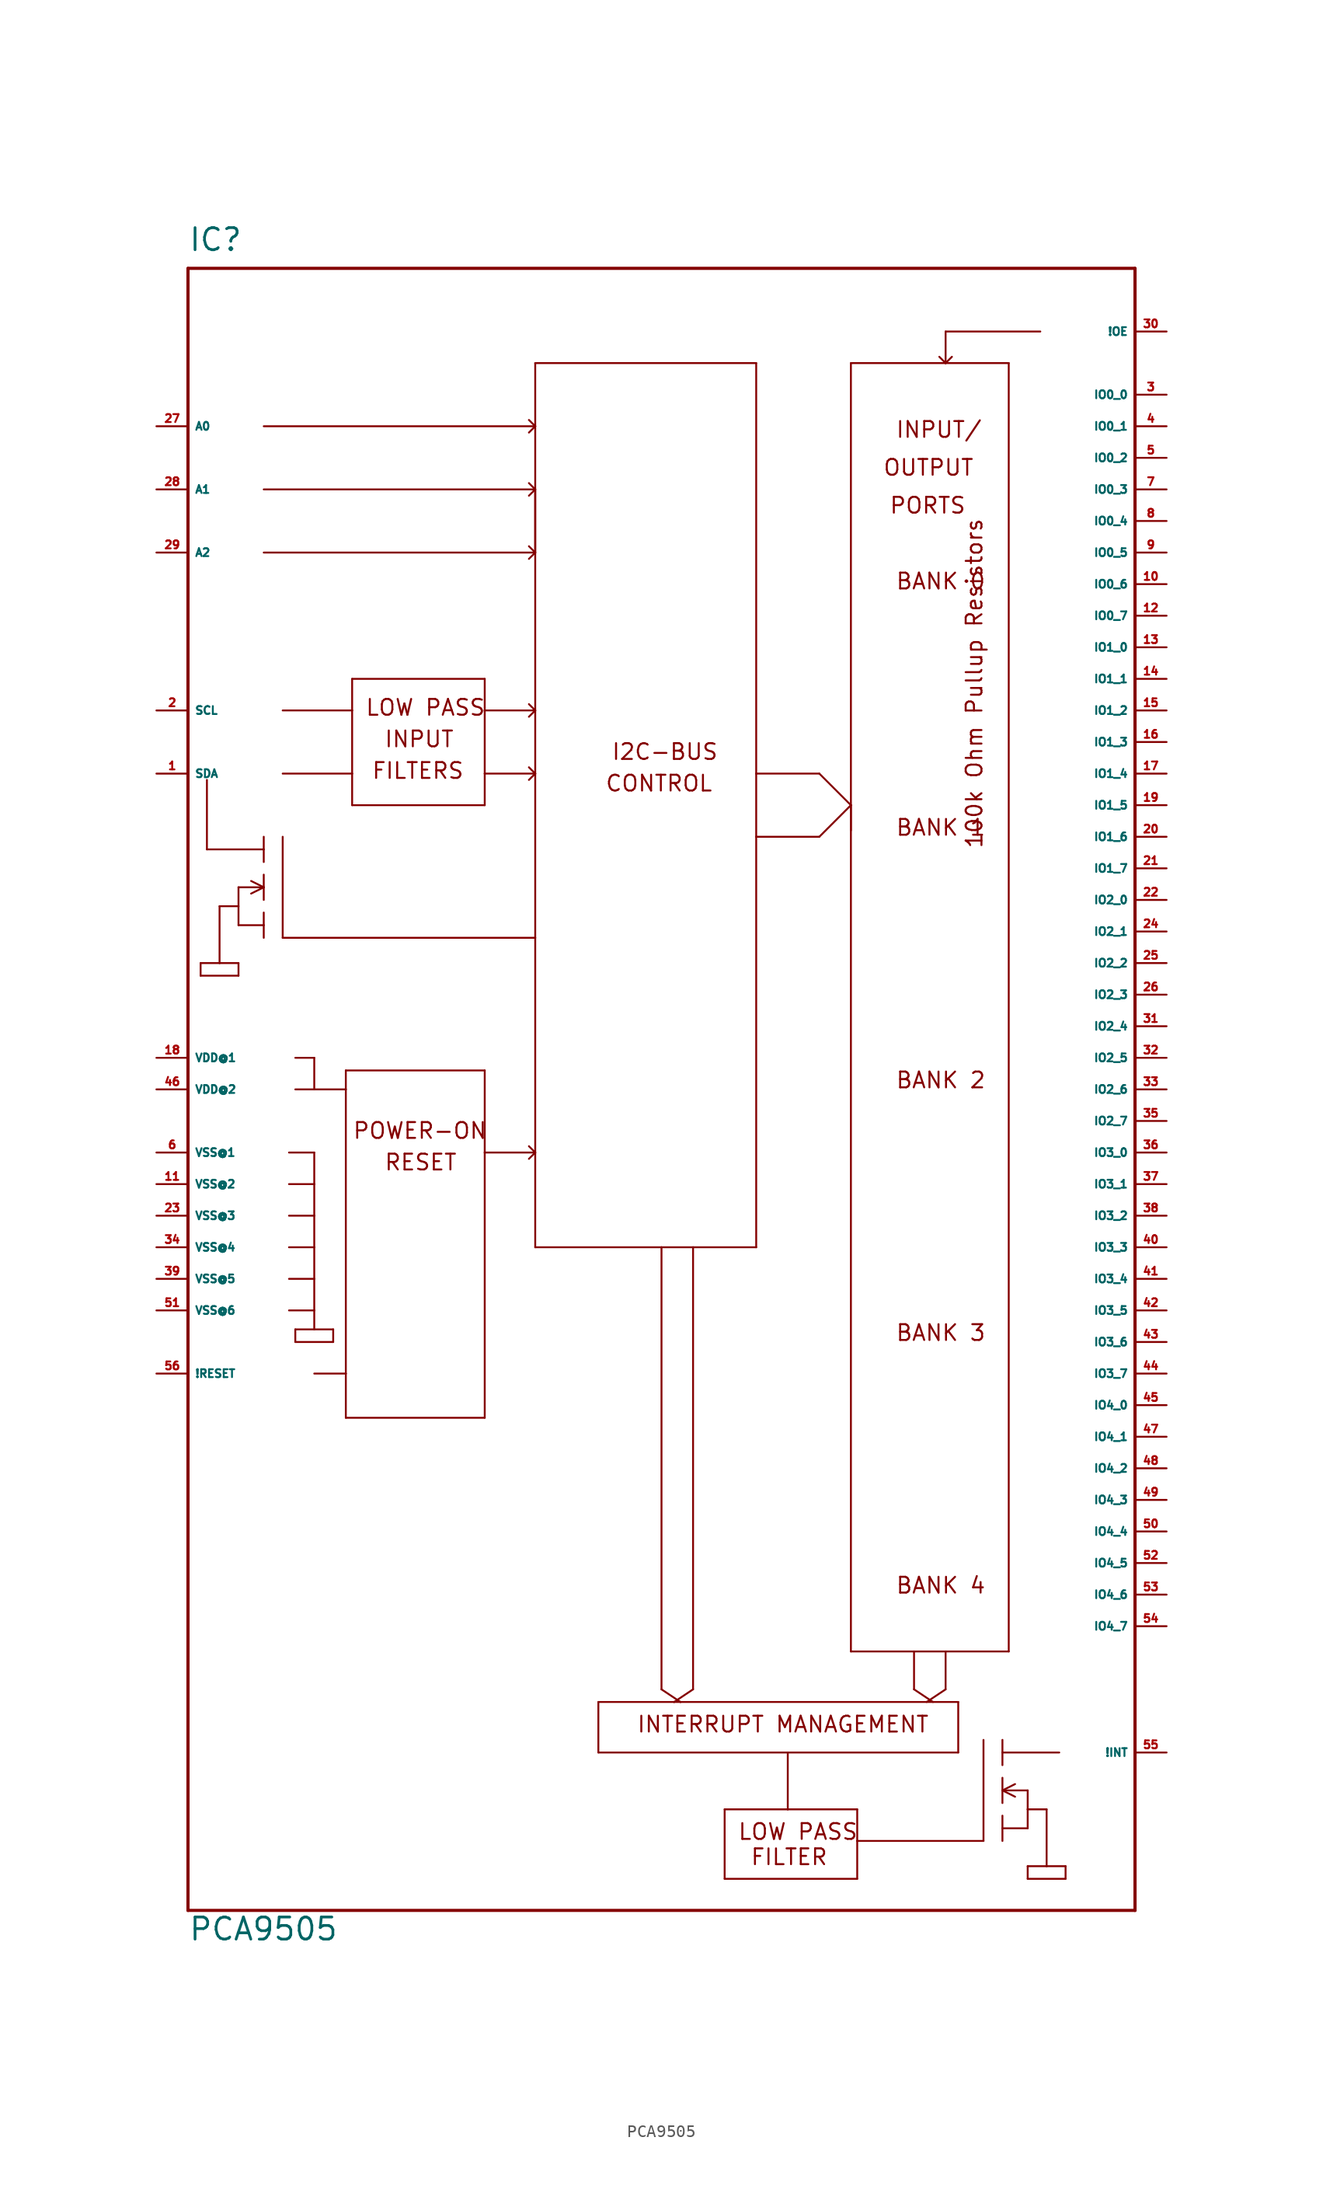
<source format=kicad_sym>
(kicad_symbol_lib
  (version 20220914)
  (generator Eagle2Kicad)
  (symbol "PCA9505"
    (property "Reference" "IC"
      (at -38.1 67.31 0)
      (effects (font (size 1.778 1.778) (thickness 0.22)) (justify left bottom)))
    (property "Value" "PCA9505"
      (at -38.1 -68.58 0)
      (effects (font (size 1.778 1.778) (thickness 0.22)) (justify left bottom)))
    (polyline
      (pts (xy -38.1 -66.04) (xy 38.1 -66.04))
      (stroke (width 0.254) (type default))
      (fill (type none)))
    (polyline
      (pts (xy 38.1 -66.04) (xy 38.1 66.04))
      (stroke (width 0.254) (type default))
      (fill (type none)))
    (polyline
      (pts (xy 38.1 66.04) (xy -38.1 66.04))
      (stroke (width 0.254) (type default))
      (fill (type none)))
    (polyline
      (pts (xy -38.1 66.04) (xy -38.1 -66.04))
      (stroke (width 0.254) (type default))
      (fill (type none)))
    (polyline
      (pts (xy 30.48 60.96) (xy 22.86 60.96))
      (stroke (width 0.152) (type default))
      (fill (type none)))
    (polyline
      (pts (xy 22.86 60.96) (xy 22.86 58.42))
      (stroke (width 0.152) (type default))
      (fill (type none)))
    (polyline
      (pts (xy 22.86 58.42) (xy 15.24 58.42))
      (stroke (width 0.152) (type default))
      (fill (type none)))
    (polyline
      (pts (xy 15.24 22.86) (xy 15.24 -45.212))
      (stroke (width 0.152) (type default))
      (fill (type none)))
    (polyline
      (pts (xy 15.24 -45.212) (xy 20.32 -45.212))
      (stroke (width 0.152) (type default))
      (fill (type none)))
    (polyline
      (pts (xy 20.32 -45.212) (xy 22.86 -45.212))
      (stroke (width 0.152) (type default))
      (fill (type none)))
    (polyline
      (pts (xy 22.86 -45.212) (xy 27.94 -45.212))
      (stroke (width 0.152) (type default))
      (fill (type none)))
    (polyline
      (pts (xy 27.94 -45.212) (xy 27.94 58.42))
      (stroke (width 0.152) (type default))
      (fill (type none)))
    (polyline
      (pts (xy 27.94 58.42) (xy 22.86 58.42))
      (stroke (width 0.152) (type default))
      (fill (type none)))
    (polyline
      (pts (xy 7.62 58.42) (xy -10.16 58.42))
      (stroke (width 0.152) (type default))
      (fill (type none)))
    (polyline
      (pts (xy -10.16 58.42) (xy -10.16 53.34))
      (stroke (width 0.152) (type default))
      (fill (type none)))
    (polyline
      (pts (xy -10.16 53.34) (xy -10.16 43.18))
      (stroke (width 0.152) (type default))
      (fill (type none)))
    (polyline
      (pts (xy -10.16 43.18) (xy -10.16 30.48))
      (stroke (width 0.152) (type default))
      (fill (type none)))
    (polyline
      (pts (xy -10.16 30.48) (xy -10.16 25.4))
      (stroke (width 0.152) (type default))
      (fill (type none)))
    (polyline
      (pts (xy -10.16 25.4) (xy -10.16 12.192))
      (stroke (width 0.152) (type default))
      (fill (type none)))
    (polyline
      (pts (xy -10.16 12.192) (xy -10.16 -5.08))
      (stroke (width 0.152) (type default))
      (fill (type none)))
    (polyline
      (pts (xy -10.16 -5.08) (xy -10.16 -12.7))
      (stroke (width 0.152) (type default))
      (fill (type none)))
    (polyline
      (pts (xy -10.16 -12.7) (xy 0 -12.7))
      (stroke (width 0.152) (type default))
      (fill (type none)))
    (polyline
      (pts (xy 0 -12.7) (xy 2.54 -12.7))
      (stroke (width 0.152) (type default))
      (fill (type none)))
    (polyline
      (pts (xy 2.54 -12.7) (xy 7.62 -12.7))
      (stroke (width 0.152) (type default))
      (fill (type none)))
    (polyline
      (pts (xy 7.62 -12.7) (xy 7.62 20.32))
      (stroke (width 0.152) (type default))
      (fill (type none)))
    (polyline
      (pts (xy 7.62 20.32) (xy 7.62 25.4))
      (stroke (width 0.152) (type default))
      (fill (type none)))
    (polyline
      (pts (xy 7.62 25.4) (xy 7.62 58.42))
      (stroke (width 0.152) (type default))
      (fill (type none)))
    (polyline
      (pts (xy -24.892 33.02) (xy -24.892 30.48))
      (stroke (width 0.152) (type default))
      (fill (type none)))
    (polyline
      (pts (xy -24.892 30.48) (xy -24.892 25.4))
      (stroke (width 0.152) (type default))
      (fill (type none)))
    (polyline
      (pts (xy -24.892 25.4) (xy -24.892 22.86))
      (stroke (width 0.152) (type default))
      (fill (type none)))
    (polyline
      (pts (xy -24.892 22.86) (xy -14.224 22.86))
      (stroke (width 0.152) (type default))
      (fill (type none)))
    (polyline
      (pts (xy -14.224 22.86) (xy -14.224 25.4))
      (stroke (width 0.152) (type default))
      (fill (type none)))
    (polyline
      (pts (xy -14.224 25.4) (xy -14.224 30.48))
      (stroke (width 0.152) (type default))
      (fill (type none)))
    (polyline
      (pts (xy -14.224 30.48) (xy -14.224 33.02))
      (stroke (width 0.152) (type default))
      (fill (type none)))
    (polyline
      (pts (xy -14.224 33.02) (xy -24.892 33.02))
      (stroke (width 0.152) (type default))
      (fill (type none)))
    (polyline
      (pts (xy -30.48 30.48) (xy -24.892 30.48))
      (stroke (width 0.152) (type default))
      (fill (type none)))
    (polyline
      (pts (xy -30.48 25.4) (xy -24.892 25.4))
      (stroke (width 0.152) (type default))
      (fill (type none)))
    (polyline
      (pts (xy -14.224 30.48) (xy -10.16 30.48))
      (stroke (width 0.152) (type default))
      (fill (type none)))
    (polyline
      (pts (xy -14.224 25.4) (xy -10.16 25.4))
      (stroke (width 0.152) (type default))
      (fill (type none)))
    (polyline
      (pts (xy -10.16 12.192) (xy -30.48 12.192))
      (stroke (width 0.152) (type default))
      (fill (type none)))
    (polyline
      (pts (xy -30.48 12.192) (xy -30.48 20.32))
      (stroke (width 0.152) (type default))
      (fill (type none)))
    (polyline
      (pts (xy -32.004 20.32) (xy -32.004 19.304))
      (stroke (width 0.152) (type default))
      (fill (type none)))
    (polyline
      (pts (xy -32.004 19.304) (xy -32.004 18.288))
      (stroke (width 0.152) (type default))
      (fill (type none)))
    (polyline
      (pts (xy -32.004 17.272) (xy -32.004 16.256))
      (stroke (width 0.152) (type default))
      (fill (type none)))
    (polyline
      (pts (xy -32.004 16.256) (xy -32.004 15.24))
      (stroke (width 0.152) (type default))
      (fill (type none)))
    (polyline
      (pts (xy -32.004 14.224) (xy -32.004 13.208))
      (stroke (width 0.152) (type default))
      (fill (type none)))
    (polyline
      (pts (xy -32.004 16.256) (xy -34.036 16.256))
      (stroke (width 0.152) (type default))
      (fill (type none)))
    (polyline
      (pts (xy -34.036 16.256) (xy -34.036 14.732))
      (stroke (width 0.152) (type default))
      (fill (type none)))
    (polyline
      (pts (xy -34.036 14.732) (xy -34.036 13.208))
      (stroke (width 0.152) (type default))
      (fill (type none)))
    (polyline
      (pts (xy -34.036 13.208) (xy -32.004 13.208))
      (stroke (width 0.152) (type default))
      (fill (type none)))
    (polyline
      (pts (xy -32.004 13.208) (xy -32.004 12.192))
      (stroke (width 0.152) (type default))
      (fill (type none)))
    (polyline
      (pts (xy -32.004 19.304) (xy -36.576 19.304))
      (stroke (width 0.152) (type default))
      (fill (type none)))
    (polyline
      (pts (xy -36.576 19.304) (xy -36.576 24.892))
      (stroke (width 0.152) (type default))
      (fill (type none)))
    (polyline
      (pts (xy -34.036 14.732) (xy -35.56 14.732))
      (stroke (width 0.152) (type default))
      (fill (type none)))
    (polyline
      (pts (xy -35.56 14.732) (xy -35.56 10.16))
      (stroke (width 0.152) (type default))
      (fill (type none)))
    (polyline
      (pts (xy -35.56 10.16) (xy -34.036 10.16))
      (stroke (width 0.152) (type default))
      (fill (type none)))
    (polyline
      (pts (xy -34.036 10.16) (xy -34.036 9.144))
      (stroke (width 0.152) (type default))
      (fill (type none)))
    (polyline
      (pts (xy -34.036 9.144) (xy -37.084 9.144))
      (stroke (width 0.152) (type default))
      (fill (type none)))
    (polyline
      (pts (xy -37.084 9.144) (xy -37.084 10.16))
      (stroke (width 0.152) (type default))
      (fill (type none)))
    (polyline
      (pts (xy -37.084 10.16) (xy -35.56 10.16))
      (stroke (width 0.152) (type default))
      (fill (type none)))
    (polyline
      (pts (xy -27.94 0) (xy -25.4 0))
      (stroke (width 0.152) (type default))
      (fill (type none)))
    (polyline
      (pts (xy -25.4 0) (xy -25.4 1.524))
      (stroke (width 0.152) (type default))
      (fill (type none)))
    (polyline
      (pts (xy -25.4 1.524) (xy -14.224 1.524))
      (stroke (width 0.152) (type default))
      (fill (type none)))
    (polyline
      (pts (xy -14.224 1.524) (xy -14.224 -5.08))
      (stroke (width 0.152) (type default))
      (fill (type none)))
    (polyline
      (pts (xy -14.224 -5.08) (xy -14.224 -26.416))
      (stroke (width 0.152) (type default))
      (fill (type none)))
    (polyline
      (pts (xy -14.224 -26.416) (xy -25.4 -26.416))
      (stroke (width 0.152) (type default))
      (fill (type none)))
    (polyline
      (pts (xy -25.4 -26.416) (xy -25.4 -22.86))
      (stroke (width 0.152) (type default))
      (fill (type none)))
    (polyline
      (pts (xy -25.4 -22.86) (xy -25.4 0))
      (stroke (width 0.152) (type default))
      (fill (type none)))
    (polyline
      (pts (xy -27.94 -22.86) (xy -25.4 -22.86))
      (stroke (width 0.152) (type default))
      (fill (type none)))
    (polyline
      (pts (xy -14.224 -5.08) (xy -10.16 -5.08))
      (stroke (width 0.152) (type default))
      (fill (type none)))
    (polyline
      (pts (xy 15.24 58.42) (xy 15.24 22.86))
      (stroke (width 0.152) (type default))
      (fill (type none)))
    (polyline
      (pts (xy 15.24 22.86) (xy 15.24 20.828))
      (stroke (width 0.152) (type default))
      (fill (type none)))
    (polyline
      (pts (xy 23.876 -49.276) (xy 23.876 -53.34))
      (stroke (width 0.152) (type default))
      (fill (type none)))
    (polyline
      (pts (xy 23.876 -53.34) (xy 10.16 -53.34))
      (stroke (width 0.152) (type default))
      (fill (type none)))
    (polyline
      (pts (xy 10.16 -53.34) (xy -5.08 -53.34))
      (stroke (width 0.152) (type default))
      (fill (type none)))
    (polyline
      (pts (xy -5.08 -53.34) (xy -5.08 -49.276))
      (stroke (width 0.152) (type default))
      (fill (type none)))
    (polyline
      (pts (xy 1.016 -49.276) (xy 1.524 -49.276))
      (stroke (width 0.152) (type default))
      (fill (type none)))
    (polyline
      (pts (xy -5.08 -49.276) (xy 1.016 -49.276))
      (stroke (width 0.152) (type default))
      (fill (type none)))
    (polyline
      (pts (xy 1.524 -49.276) (xy 23.876 -49.276))
      (stroke (width 0.152) (type default))
      (fill (type none)))
    (polyline
      (pts (xy 5.08 -57.912) (xy 5.08 -63.5))
      (stroke (width 0.152) (type default))
      (fill (type none)))
    (polyline
      (pts (xy 5.08 -63.5) (xy 15.748 -63.5))
      (stroke (width 0.152) (type default))
      (fill (type none)))
    (polyline
      (pts (xy 15.748 -63.5) (xy 15.748 -60.452))
      (stroke (width 0.152) (type default))
      (fill (type none)))
    (polyline
      (pts (xy 15.748 -60.452) (xy 15.748 -57.912))
      (stroke (width 0.152) (type default))
      (fill (type none)))
    (polyline
      (pts (xy 15.748 -57.912) (xy 10.16 -57.912))
      (stroke (width 0.152) (type default))
      (fill (type none)))
    (polyline
      (pts (xy 10.16 -57.912) (xy 5.08 -57.912))
      (stroke (width 0.152) (type default))
      (fill (type none)))
    (polyline
      (pts (xy 10.16 -53.34) (xy 10.16 -57.912))
      (stroke (width 0.152) (type default))
      (fill (type none)))
    (polyline
      (pts (xy -32.004 16.256) (xy -33.02 16.764))
      (stroke (width 0.152) (type default))
      (fill (type none)))
    (polyline
      (pts (xy -32.004 16.256) (xy -33.02 15.748))
      (stroke (width 0.152) (type default))
      (fill (type none)))
    (polyline
      (pts (xy 15.748 -60.452) (xy 25.908 -60.452))
      (stroke (width 0.152) (type default))
      (fill (type none)))
    (polyline
      (pts (xy 25.908 -60.452) (xy 25.908 -52.324))
      (stroke (width 0.152) (type default))
      (fill (type none)))
    (polyline
      (pts (xy 27.432 -52.324) (xy 27.432 -53.34))
      (stroke (width 0.152) (type default))
      (fill (type none)))
    (polyline
      (pts (xy 27.432 -53.34) (xy 27.432 -54.356))
      (stroke (width 0.152) (type default))
      (fill (type none)))
    (polyline
      (pts (xy 27.432 -55.372) (xy 27.432 -56.388))
      (stroke (width 0.152) (type default))
      (fill (type none)))
    (polyline
      (pts (xy 27.432 -56.388) (xy 27.432 -57.404))
      (stroke (width 0.152) (type default))
      (fill (type none)))
    (polyline
      (pts (xy 27.432 -58.42) (xy 27.432 -59.436))
      (stroke (width 0.152) (type default))
      (fill (type none)))
    (polyline
      (pts (xy 27.432 -56.388) (xy 29.464 -56.388))
      (stroke (width 0.152) (type default))
      (fill (type none)))
    (polyline
      (pts (xy 29.464 -56.388) (xy 29.464 -57.912))
      (stroke (width 0.152) (type default))
      (fill (type none)))
    (polyline
      (pts (xy 29.464 -57.912) (xy 29.464 -59.436))
      (stroke (width 0.152) (type default))
      (fill (type none)))
    (polyline
      (pts (xy 29.464 -59.436) (xy 27.432 -59.436))
      (stroke (width 0.152) (type default))
      (fill (type none)))
    (polyline
      (pts (xy 27.432 -59.436) (xy 27.432 -60.452))
      (stroke (width 0.152) (type default))
      (fill (type none)))
    (polyline
      (pts (xy 27.432 -53.34) (xy 32.004 -53.34))
      (stroke (width 0.152) (type default))
      (fill (type none)))
    (polyline
      (pts (xy 29.464 -57.912) (xy 30.988 -57.912))
      (stroke (width 0.152) (type default))
      (fill (type none)))
    (polyline
      (pts (xy 30.988 -57.912) (xy 30.988 -62.484))
      (stroke (width 0.152) (type default))
      (fill (type none)))
    (polyline
      (pts (xy 30.988 -62.484) (xy 29.464 -62.484))
      (stroke (width 0.152) (type default))
      (fill (type none)))
    (polyline
      (pts (xy 29.464 -62.484) (xy 29.464 -63.5))
      (stroke (width 0.152) (type default))
      (fill (type none)))
    (polyline
      (pts (xy 29.464 -63.5) (xy 32.512 -63.5))
      (stroke (width 0.152) (type default))
      (fill (type none)))
    (polyline
      (pts (xy 32.512 -63.5) (xy 32.512 -62.484))
      (stroke (width 0.152) (type default))
      (fill (type none)))
    (polyline
      (pts (xy 32.512 -62.484) (xy 30.988 -62.484))
      (stroke (width 0.152) (type default))
      (fill (type none)))
    (polyline
      (pts (xy 27.432 -56.388) (xy 28.448 -55.88))
      (stroke (width 0.152) (type default))
      (fill (type none)))
    (polyline
      (pts (xy 27.432 -56.388) (xy 28.448 -56.896))
      (stroke (width 0.152) (type default))
      (fill (type none)))
    (polyline
      (pts (xy 1.016 -49.276) (xy 2.54 -48.26))
      (stroke (width 0.152) (type default))
      (fill (type none)))
    (polyline
      (pts (xy 0 -48.26) (xy 1.524 -49.276))
      (stroke (width 0.152) (type default))
      (fill (type none)))
    (polyline
      (pts (xy 0 -12.7) (xy 0 -48.26))
      (stroke (width 0.152) (type default))
      (fill (type none)))
    (polyline
      (pts (xy 2.54 -12.7) (xy 2.54 -48.26))
      (stroke (width 0.152) (type default))
      (fill (type none)))
    (polyline
      (pts (xy 21.336 -49.276) (xy 22.86 -48.26))
      (stroke (width 0.152) (type default))
      (fill (type none)))
    (polyline
      (pts (xy 20.32 -48.26) (xy 21.844 -49.276))
      (stroke (width 0.152) (type default))
      (fill (type none)))
    (polyline
      (pts (xy 20.32 -45.212) (xy 20.32 -48.26))
      (stroke (width 0.152) (type default))
      (fill (type none)))
    (polyline
      (pts (xy 22.86 -45.212) (xy 22.86 -48.26))
      (stroke (width 0.152) (type default))
      (fill (type none)))
    (polyline
      (pts (xy -10.668 25.908) (xy -10.16 25.4))
      (stroke (width 0.152) (type default))
      (fill (type none)))
    (polyline
      (pts (xy -10.16 25.4) (xy -10.668 24.892))
      (stroke (width 0.152) (type default))
      (fill (type none)))
    (polyline
      (pts (xy -10.668 -4.572) (xy -10.16 -5.08))
      (stroke (width 0.152) (type default))
      (fill (type none)))
    (polyline
      (pts (xy -10.16 -5.08) (xy -10.668 -5.588))
      (stroke (width 0.152) (type default))
      (fill (type none)))
    (polyline
      (pts (xy -10.668 30.988) (xy -10.16 30.48))
      (stroke (width 0.152) (type default))
      (fill (type none)))
    (polyline
      (pts (xy -10.16 30.48) (xy -10.668 29.972))
      (stroke (width 0.152) (type default))
      (fill (type none)))
    (polyline
      (pts (xy 23.368 58.928) (xy 22.86 58.42))
      (stroke (width 0.152) (type default))
      (fill (type none)))
    (polyline
      (pts (xy 22.86 58.42) (xy 22.352 58.928))
      (stroke (width 0.152) (type default))
      (fill (type none)))
    (polyline
      (pts (xy 12.7 25.4) (xy 15.24 22.86))
      (stroke (width 0.152) (type default))
      (fill (type none)))
    (polyline
      (pts (xy 15.24 22.86) (xy 12.7 20.32))
      (stroke (width 0.152) (type default))
      (fill (type none)))
    (polyline
      (pts (xy 7.62 25.4) (xy 12.7 25.4))
      (stroke (width 0.152) (type default))
      (fill (type none)))
    (polyline
      (pts (xy 7.62 20.32) (xy 12.7 20.32))
      (stroke (width 0.152) (type default))
      (fill (type none)))
    (polyline
      (pts (xy -10.668 43.688) (xy -10.16 43.18))
      (stroke (width 0.152) (type default))
      (fill (type none)))
    (polyline
      (pts (xy -10.16 43.18) (xy -10.668 42.672))
      (stroke (width 0.152) (type default))
      (fill (type none)))
    (polyline
      (pts (xy -32.004 43.18) (xy -10.16 43.18))
      (stroke (width 0.152) (type default))
      (fill (type none)))
    (polyline
      (pts (xy -10.16 43.18) (xy -10.16 48.26))
      (stroke (width 0.152) (type default))
      (fill (type none)))
    (polyline
      (pts (xy -10.16 48.26) (xy -32.004 48.26))
      (stroke (width 0.152) (type default))
      (fill (type none)))
    (polyline
      (pts (xy -32.004 53.34) (xy -10.16 53.34))
      (stroke (width 0.152) (type default))
      (fill (type none)))
    (polyline
      (pts (xy -10.668 48.768) (xy -10.16 48.26))
      (stroke (width 0.152) (type default))
      (fill (type none)))
    (polyline
      (pts (xy -10.16 48.26) (xy -10.668 47.752))
      (stroke (width 0.152) (type default))
      (fill (type none)))
    (polyline
      (pts (xy -10.668 53.848) (xy -10.16 53.34))
      (stroke (width 0.152) (type default))
      (fill (type none)))
    (polyline
      (pts (xy -10.16 53.34) (xy -10.668 52.832))
      (stroke (width 0.152) (type default))
      (fill (type none)))
    (polyline
      (pts (xy -27.94 2.54) (xy -27.94 0))
      (stroke (width 0.152) (type default))
      (fill (type none)))
    (polyline
      (pts (xy -27.94 -19.304) (xy -26.416 -19.304))
      (stroke (width 0.152) (type default))
      (fill (type none)))
    (polyline
      (pts (xy -26.416 -19.304) (xy -26.416 -20.32))
      (stroke (width 0.152) (type default))
      (fill (type none)))
    (polyline
      (pts (xy -26.416 -20.32) (xy -29.464 -20.32))
      (stroke (width 0.152) (type default))
      (fill (type none)))
    (polyline
      (pts (xy -29.464 -20.32) (xy -29.464 -19.304))
      (stroke (width 0.152) (type default))
      (fill (type none)))
    (polyline
      (pts (xy -29.464 -19.304) (xy -27.94 -19.304))
      (stroke (width 0.152) (type default))
      (fill (type none)))
    (polyline
      (pts (xy -27.94 -19.304) (xy -27.94 -17.78))
      (stroke (width 0.152) (type default))
      (fill (type none)))
    (polyline
      (pts (xy -27.94 -17.78) (xy -27.94 -15.24))
      (stroke (width 0.152) (type default))
      (fill (type none)))
    (polyline
      (pts (xy -27.94 -15.24) (xy -27.94 -12.7))
      (stroke (width 0.152) (type default))
      (fill (type none)))
    (polyline
      (pts (xy -27.94 -12.7) (xy -27.94 -10.16))
      (stroke (width 0.152) (type default))
      (fill (type none)))
    (polyline
      (pts (xy -27.94 -10.16) (xy -27.94 -7.62))
      (stroke (width 0.152) (type default))
      (fill (type none)))
    (polyline
      (pts (xy -27.94 -7.62) (xy -27.94 -5.08))
      (stroke (width 0.152) (type default))
      (fill (type none)))
    (polyline
      (pts (xy -27.94 -5.08) (xy -29.972 -5.08))
      (stroke (width 0.152) (type default))
      (fill (type none)))
    (polyline
      (pts (xy -27.94 -7.62) (xy -29.972 -7.62))
      (stroke (width 0.152) (type default))
      (fill (type none)))
    (polyline
      (pts (xy -27.94 -10.16) (xy -29.972 -10.16))
      (stroke (width 0.152) (type default))
      (fill (type none)))
    (polyline
      (pts (xy -27.94 -12.7) (xy -29.972 -12.7))
      (stroke (width 0.152) (type default))
      (fill (type none)))
    (polyline
      (pts (xy -27.94 -15.24) (xy -29.972 -15.24))
      (stroke (width 0.152) (type default))
      (fill (type none)))
    (polyline
      (pts (xy -27.94 -17.78) (xy -29.972 -17.78))
      (stroke (width 0.152) (type default))
      (fill (type none)))
    (polyline
      (pts (xy -27.94 0) (xy -29.464 0))
      (stroke (width 0.152) (type default))
      (fill (type none)))
    (polyline
      (pts (xy -27.94 2.54) (xy -29.464 2.54))
      (stroke (width 0.152) (type default))
      (fill (type none)))
    (text "I2C-BUS"
      (at -4.064 26.416 0)
      (effects (font (size 1.27 1.27) (thickness 0.16)) (justify left bottom)))
    (text "CONTROL"
      (at -4.572 23.876 0)
      (effects (font (size 1.27 1.27) (thickness 0.16)) (justify left bottom)))
    (text "LOW PASS"
      (at -23.876 29.972 0)
      (effects (font (size 1.27 1.27) (thickness 0.16)) (justify left bottom)))
    (text "INPUT"
      (at -22.352 27.432 0)
      (effects (font (size 1.27 1.27) (thickness 0.16)) (justify left bottom)))
    (text "FILTERS"
      (at -23.368 24.892 0)
      (effects (font (size 1.27 1.27) (thickness 0.16)) (justify left bottom)))
    (text "INPUT/"
      (at 18.796 52.324 0)
      (effects (font (size 1.27 1.27) (thickness 0.16)) (justify left bottom)))
    (text "OUTPUT"
      (at 17.78 49.276 0)
      (effects (font (size 1.27 1.27) (thickness 0.16)) (justify left bottom)))
    (text "PORTS"
      (at 18.288 46.228 0)
      (effects (font (size 1.27 1.27) (thickness 0.16)) (justify left bottom)))
    (text "BANK 0"
      (at 18.796 40.132 0)
      (effects (font (size 1.27 1.27) (thickness 0.16)) (justify left bottom)))
    (text "BANK 1"
      (at 18.796 20.32 0)
      (effects (font (size 1.27 1.27) (thickness 0.16)) (justify left bottom)))
    (text "BANK 2"
      (at 18.796 0 0)
      (effects (font (size 1.27 1.27) (thickness 0.16)) (justify left bottom)))
    (text "BANK 3"
      (at 18.796 -20.32 0)
      (effects (font (size 1.27 1.27) (thickness 0.16)) (justify left bottom)))
    (text "BANK 4"
      (at 18.796 -40.64 0)
      (effects (font (size 1.27 1.27) (thickness 0.16)) (justify left bottom)))
    (text "POWER-ON"
      (at -24.892 -4.064 0)
      (effects (font (size 1.27 1.27) (thickness 0.16)) (justify left bottom)))
    (text "RESET"
      (at -22.352 -6.604 0)
      (effects (font (size 1.27 1.27) (thickness 0.16)) (justify left bottom)))
    (text "INTERRUPT MANAGEMENT"
      (at -2.032 -51.816 0)
      (effects (font (size 1.27 1.27) (thickness 0.16)) (justify left bottom)))
    (text "LOW PASS"
      (at 6.096 -60.452 0)
      (effects (font (size 1.27 1.27) (thickness 0.16)) (justify left bottom)))
    (text "FILTER"
      (at 7.112 -62.484 0)
      (effects (font (size 1.27 1.27) (thickness 0.16)) (justify left bottom)))
    (text "100k Ohm Pullup Resistors"
      (at 25.908 19.304 2700)
      (effects (font (size 1.27 1.27) (thickness 0.16)) (justify left bottom)))
    (pin input line
      (at -40.64 53.34 0)
      (length 2.54)
      (name "A0" (effects (font (size 0.635 0.635) (thickness 0.08)) (justify left bottom)))
      (number "27" (effects (font (size 0.635 0.635) (thickness 0.08)) (justify left bottom))))
    (pin input line
      (at 40.64 -53.34 180)
      (length 2.54)
      (name "!INT" (effects (font (size 0.635 0.635) (thickness 0.08)) (justify left bottom)))
      (number "55" (effects (font (size 0.635 0.635) (thickness 0.08)) (justify left bottom))))
    (pin input line
      (at -40.64 -22.86 0)
      (length 2.54)
      (name "!RESET" (effects (font (size 0.635 0.635) (thickness 0.08)) (justify left bottom)))
      (number "56" (effects (font (size 0.635 0.635) (thickness 0.08)) (justify left bottom))))
    (pin unspecified line
      (at -40.64 2.54 0)
      (length 2.54)
      (name "VDD@1" (effects (font (size 0.635 0.635) (thickness 0.08)) (justify left bottom)))
      (number "18" (effects (font (size 0.635 0.635) (thickness 0.08)) (justify left bottom))))
    (pin bidirectional line
      (at -40.64 25.4 0)
      (length 2.54)
      (name "SDA" (effects (font (size 0.635 0.635) (thickness 0.08)) (justify left bottom)))
      (number "1" (effects (font (size 0.635 0.635) (thickness 0.08)) (justify left bottom))))
    (pin input line
      (at -40.64 30.48 0)
      (length 2.54)
      (name "SCL" (effects (font (size 0.635 0.635) (thickness 0.08)) (justify left bottom)))
      (number "2" (effects (font (size 0.635 0.635) (thickness 0.08)) (justify left bottom))))
    (pin bidirectional line
      (at 40.64 55.88 180)
      (length 2.54)
      (name "IO0_0" (effects (font (size 0.635 0.635) (thickness 0.08)) (justify left bottom)))
      (number "3" (effects (font (size 0.635 0.635) (thickness 0.08)) (justify left bottom))))
    (pin input line
      (at 40.64 60.96 180)
      (length 2.54)
      (name "!OE" (effects (font (size 0.635 0.635) (thickness 0.08)) (justify left bottom)))
      (number "30" (effects (font (size 0.635 0.635) (thickness 0.08)) (justify left bottom))))
    (pin bidirectional line
      (at 40.64 53.34 180)
      (length 2.54)
      (name "IO0_1" (effects (font (size 0.635 0.635) (thickness 0.08)) (justify left bottom)))
      (number "4" (effects (font (size 0.635 0.635) (thickness 0.08)) (justify left bottom))))
    (pin bidirectional line
      (at 40.64 50.8 180)
      (length 2.54)
      (name "IO0_2" (effects (font (size 0.635 0.635) (thickness 0.08)) (justify left bottom)))
      (number "5" (effects (font (size 0.635 0.635) (thickness 0.08)) (justify left bottom))))
    (pin bidirectional line
      (at 40.64 48.26 180)
      (length 2.54)
      (name "IO0_3" (effects (font (size 0.635 0.635) (thickness 0.08)) (justify left bottom)))
      (number "7" (effects (font (size 0.635 0.635) (thickness 0.08)) (justify left bottom))))
    (pin bidirectional line
      (at 40.64 45.72 180)
      (length 2.54)
      (name "IO0_4" (effects (font (size 0.635 0.635) (thickness 0.08)) (justify left bottom)))
      (number "8" (effects (font (size 0.635 0.635) (thickness 0.08)) (justify left bottom))))
    (pin bidirectional line
      (at 40.64 43.18 180)
      (length 2.54)
      (name "IO0_5" (effects (font (size 0.635 0.635) (thickness 0.08)) (justify left bottom)))
      (number "9" (effects (font (size 0.635 0.635) (thickness 0.08)) (justify left bottom))))
    (pin bidirectional line
      (at 40.64 40.64 180)
      (length 2.54)
      (name "IO0_6" (effects (font (size 0.635 0.635) (thickness 0.08)) (justify left bottom)))
      (number "10" (effects (font (size 0.635 0.635) (thickness 0.08)) (justify left bottom))))
    (pin bidirectional line
      (at 40.64 38.1 180)
      (length 2.54)
      (name "IO0_7" (effects (font (size 0.635 0.635) (thickness 0.08)) (justify left bottom)))
      (number "12" (effects (font (size 0.635 0.635) (thickness 0.08)) (justify left bottom))))
    (pin unspecified line
      (at -40.64 -5.08 0)
      (length 2.54)
      (name "VSS@1" (effects (font (size 0.635 0.635) (thickness 0.08)) (justify left bottom)))
      (number "6" (effects (font (size 0.635 0.635) (thickness 0.08)) (justify left bottom))))
    (pin bidirectional line
      (at 40.64 35.56 180)
      (length 2.54)
      (name "IO1_0" (effects (font (size 0.635 0.635) (thickness 0.08)) (justify left bottom)))
      (number "13" (effects (font (size 0.635 0.635) (thickness 0.08)) (justify left bottom))))
    (pin bidirectional line
      (at 40.64 33.02 180)
      (length 2.54)
      (name "IO1_1" (effects (font (size 0.635 0.635) (thickness 0.08)) (justify left bottom)))
      (number "14" (effects (font (size 0.635 0.635) (thickness 0.08)) (justify left bottom))))
    (pin bidirectional line
      (at 40.64 30.48 180)
      (length 2.54)
      (name "IO1_2" (effects (font (size 0.635 0.635) (thickness 0.08)) (justify left bottom)))
      (number "15" (effects (font (size 0.635 0.635) (thickness 0.08)) (justify left bottom))))
    (pin bidirectional line
      (at 40.64 27.94 180)
      (length 2.54)
      (name "IO1_3" (effects (font (size 0.635 0.635) (thickness 0.08)) (justify left bottom)))
      (number "16" (effects (font (size 0.635 0.635) (thickness 0.08)) (justify left bottom))))
    (pin bidirectional line
      (at 40.64 25.4 180)
      (length 2.54)
      (name "IO1_4" (effects (font (size 0.635 0.635) (thickness 0.08)) (justify left bottom)))
      (number "17" (effects (font (size 0.635 0.635) (thickness 0.08)) (justify left bottom))))
    (pin bidirectional line
      (at 40.64 22.86 180)
      (length 2.54)
      (name "IO1_5" (effects (font (size 0.635 0.635) (thickness 0.08)) (justify left bottom)))
      (number "19" (effects (font (size 0.635 0.635) (thickness 0.08)) (justify left bottom))))
    (pin bidirectional line
      (at 40.64 20.32 180)
      (length 2.54)
      (name "IO1_6" (effects (font (size 0.635 0.635) (thickness 0.08)) (justify left bottom)))
      (number "20" (effects (font (size 0.635 0.635) (thickness 0.08)) (justify left bottom))))
    (pin bidirectional line
      (at 40.64 17.78 180)
      (length 2.54)
      (name "IO1_7" (effects (font (size 0.635 0.635) (thickness 0.08)) (justify left bottom)))
      (number "21" (effects (font (size 0.635 0.635) (thickness 0.08)) (justify left bottom))))
    (pin bidirectional line
      (at 40.64 15.24 180)
      (length 2.54)
      (name "IO2_0" (effects (font (size 0.635 0.635) (thickness 0.08)) (justify left bottom)))
      (number "22" (effects (font (size 0.635 0.635) (thickness 0.08)) (justify left bottom))))
    (pin bidirectional line
      (at 40.64 12.7 180)
      (length 2.54)
      (name "IO2_1" (effects (font (size 0.635 0.635) (thickness 0.08)) (justify left bottom)))
      (number "24" (effects (font (size 0.635 0.635) (thickness 0.08)) (justify left bottom))))
    (pin input line
      (at -40.64 48.26 0)
      (length 2.54)
      (name "A1" (effects (font (size 0.635 0.635) (thickness 0.08)) (justify left bottom)))
      (number "28" (effects (font (size 0.635 0.635) (thickness 0.08)) (justify left bottom))))
    (pin input line
      (at -40.64 43.18 0)
      (length 2.54)
      (name "A2" (effects (font (size 0.635 0.635) (thickness 0.08)) (justify left bottom)))
      (number "29" (effects (font (size 0.635 0.635) (thickness 0.08)) (justify left bottom))))
    (pin bidirectional line
      (at 40.64 10.16 180)
      (length 2.54)
      (name "IO2_2" (effects (font (size 0.635 0.635) (thickness 0.08)) (justify left bottom)))
      (number "25" (effects (font (size 0.635 0.635) (thickness 0.08)) (justify left bottom))))
    (pin bidirectional line
      (at 40.64 7.62 180)
      (length 2.54)
      (name "IO2_3" (effects (font (size 0.635 0.635) (thickness 0.08)) (justify left bottom)))
      (number "26" (effects (font (size 0.635 0.635) (thickness 0.08)) (justify left bottom))))
    (pin bidirectional line
      (at 40.64 5.08 180)
      (length 2.54)
      (name "IO2_4" (effects (font (size 0.635 0.635) (thickness 0.08)) (justify left bottom)))
      (number "31" (effects (font (size 0.635 0.635) (thickness 0.08)) (justify left bottom))))
    (pin bidirectional line
      (at 40.64 2.54 180)
      (length 2.54)
      (name "IO2_5" (effects (font (size 0.635 0.635) (thickness 0.08)) (justify left bottom)))
      (number "32" (effects (font (size 0.635 0.635) (thickness 0.08)) (justify left bottom))))
    (pin bidirectional line
      (at 40.64 0 180)
      (length 2.54)
      (name "IO2_6" (effects (font (size 0.635 0.635) (thickness 0.08)) (justify left bottom)))
      (number "33" (effects (font (size 0.635 0.635) (thickness 0.08)) (justify left bottom))))
    (pin bidirectional line
      (at 40.64 -2.54 180)
      (length 2.54)
      (name "IO2_7" (effects (font (size 0.635 0.635) (thickness 0.08)) (justify left bottom)))
      (number "35" (effects (font (size 0.635 0.635) (thickness 0.08)) (justify left bottom))))
    (pin bidirectional line
      (at 40.64 -5.08 180)
      (length 2.54)
      (name "IO3_0" (effects (font (size 0.635 0.635) (thickness 0.08)) (justify left bottom)))
      (number "36" (effects (font (size 0.635 0.635) (thickness 0.08)) (justify left bottom))))
    (pin bidirectional line
      (at 40.64 -7.62 180)
      (length 2.54)
      (name "IO3_1" (effects (font (size 0.635 0.635) (thickness 0.08)) (justify left bottom)))
      (number "37" (effects (font (size 0.635 0.635) (thickness 0.08)) (justify left bottom))))
    (pin bidirectional line
      (at 40.64 -10.16 180)
      (length 2.54)
      (name "IO3_2" (effects (font (size 0.635 0.635) (thickness 0.08)) (justify left bottom)))
      (number "38" (effects (font (size 0.635 0.635) (thickness 0.08)) (justify left bottom))))
    (pin bidirectional line
      (at 40.64 -12.7 180)
      (length 2.54)
      (name "IO3_3" (effects (font (size 0.635 0.635) (thickness 0.08)) (justify left bottom)))
      (number "40" (effects (font (size 0.635 0.635) (thickness 0.08)) (justify left bottom))))
    (pin bidirectional line
      (at 40.64 -15.24 180)
      (length 2.54)
      (name "IO3_4" (effects (font (size 0.635 0.635) (thickness 0.08)) (justify left bottom)))
      (number "41" (effects (font (size 0.635 0.635) (thickness 0.08)) (justify left bottom))))
    (pin bidirectional line
      (at 40.64 -17.78 180)
      (length 2.54)
      (name "IO3_5" (effects (font (size 0.635 0.635) (thickness 0.08)) (justify left bottom)))
      (number "42" (effects (font (size 0.635 0.635) (thickness 0.08)) (justify left bottom))))
    (pin bidirectional line
      (at 40.64 -20.32 180)
      (length 2.54)
      (name "IO3_6" (effects (font (size 0.635 0.635) (thickness 0.08)) (justify left bottom)))
      (number "43" (effects (font (size 0.635 0.635) (thickness 0.08)) (justify left bottom))))
    (pin bidirectional line
      (at 40.64 -22.86 180)
      (length 2.54)
      (name "IO3_7" (effects (font (size 0.635 0.635) (thickness 0.08)) (justify left bottom)))
      (number "44" (effects (font (size 0.635 0.635) (thickness 0.08)) (justify left bottom))))
    (pin bidirectional line
      (at 40.64 -25.4 180)
      (length 2.54)
      (name "IO4_0" (effects (font (size 0.635 0.635) (thickness 0.08)) (justify left bottom)))
      (number "45" (effects (font (size 0.635 0.635) (thickness 0.08)) (justify left bottom))))
    (pin bidirectional line
      (at 40.64 -27.94 180)
      (length 2.54)
      (name "IO4_1" (effects (font (size 0.635 0.635) (thickness 0.08)) (justify left bottom)))
      (number "47" (effects (font (size 0.635 0.635) (thickness 0.08)) (justify left bottom))))
    (pin bidirectional line
      (at 40.64 -30.48 180)
      (length 2.54)
      (name "IO4_2" (effects (font (size 0.635 0.635) (thickness 0.08)) (justify left bottom)))
      (number "48" (effects (font (size 0.635 0.635) (thickness 0.08)) (justify left bottom))))
    (pin bidirectional line
      (at 40.64 -33.02 180)
      (length 2.54)
      (name "IO4_3" (effects (font (size 0.635 0.635) (thickness 0.08)) (justify left bottom)))
      (number "49" (effects (font (size 0.635 0.635) (thickness 0.08)) (justify left bottom))))
    (pin bidirectional line
      (at 40.64 -35.56 180)
      (length 2.54)
      (name "IO4_4" (effects (font (size 0.635 0.635) (thickness 0.08)) (justify left bottom)))
      (number "50" (effects (font (size 0.635 0.635) (thickness 0.08)) (justify left bottom))))
    (pin bidirectional line
      (at 40.64 -38.1 180)
      (length 2.54)
      (name "IO4_5" (effects (font (size 0.635 0.635) (thickness 0.08)) (justify left bottom)))
      (number "52" (effects (font (size 0.635 0.635) (thickness 0.08)) (justify left bottom))))
    (pin bidirectional line
      (at 40.64 -40.64 180)
      (length 2.54)
      (name "IO4_6" (effects (font (size 0.635 0.635) (thickness 0.08)) (justify left bottom)))
      (number "53" (effects (font (size 0.635 0.635) (thickness 0.08)) (justify left bottom))))
    (pin bidirectional line
      (at 40.64 -43.18 180)
      (length 2.54)
      (name "IO4_7" (effects (font (size 0.635 0.635) (thickness 0.08)) (justify left bottom)))
      (number "54" (effects (font (size 0.635 0.635) (thickness 0.08)) (justify left bottom))))
    (pin unspecified line
      (at -40.64 0 0)
      (length 2.54)
      (name "VDD@2" (effects (font (size 0.635 0.635) (thickness 0.08)) (justify left bottom)))
      (number "46" (effects (font (size 0.635 0.635) (thickness 0.08)) (justify left bottom))))
    (pin unspecified line
      (at -40.64 -7.62 0)
      (length 2.54)
      (name "VSS@2" (effects (font (size 0.635 0.635) (thickness 0.08)) (justify left bottom)))
      (number "11" (effects (font (size 0.635 0.635) (thickness 0.08)) (justify left bottom))))
    (pin unspecified line
      (at -40.64 -10.16 0)
      (length 2.54)
      (name "VSS@3" (effects (font (size 0.635 0.635) (thickness 0.08)) (justify left bottom)))
      (number "23" (effects (font (size 0.635 0.635) (thickness 0.08)) (justify left bottom))))
    (pin unspecified line
      (at -40.64 -12.7 0)
      (length 2.54)
      (name "VSS@4" (effects (font (size 0.635 0.635) (thickness 0.08)) (justify left bottom)))
      (number "34" (effects (font (size 0.635 0.635) (thickness 0.08)) (justify left bottom))))
    (pin unspecified line
      (at -40.64 -15.24 0)
      (length 2.54)
      (name "VSS@5" (effects (font (size 0.635 0.635) (thickness 0.08)) (justify left bottom)))
      (number "39" (effects (font (size 0.635 0.635) (thickness 0.08)) (justify left bottom))))
    (pin unspecified line
      (at -40.64 -17.78 0)
      (length 2.54)
      (name "VSS@6" (effects (font (size 0.635 0.635) (thickness 0.08)) (justify left bottom)))
      (number "51" (effects (font (size 0.635 0.635) (thickness 0.08)) (justify left bottom))))))
</source>
